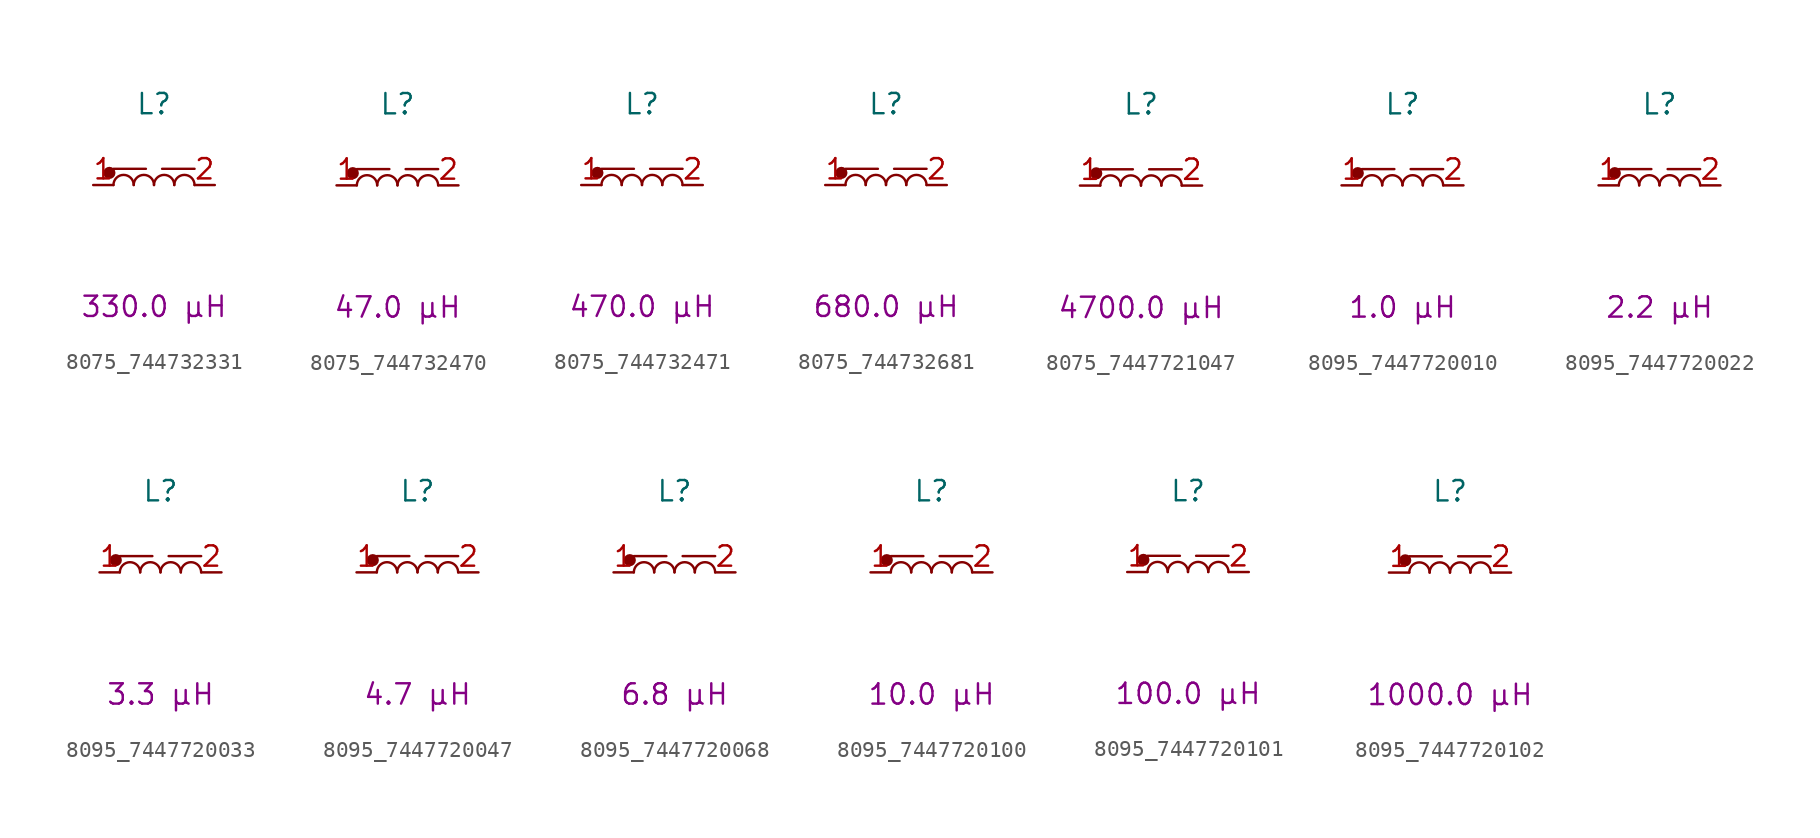
<source format=kicad_sym>
(kicad_symbol_lib
  (version 20220914)
  (generator kicad_symbol_editor)
  (symbol "8075_744732331"
    (pin_names hide)
    (property "Reference" "L"
      (at 0 5.08 0)
      (effects (font (size 1.27 1.27))))
    (property "Critical Parameter" "330.0 µH"
      (at 0 -7.62 0)
      (effects (font (size 1.27 1.27))))
    (symbol "8075_744732331_0_1"
      (arc (start -1.27 0) (mid -1.905 0.6323) (end -2.54 0) (stroke (width 0) (type default)) (fill (type none)))
      (arc (start 0 0) (mid -0.635 0.6323) (end -1.27 0) (stroke (width 0) (type default)) (fill (type none)))
      (polyline (pts (xy -2.54 1.016) (xy -0.508 1.016)) (stroke (width 0) (type default)) (fill (type none)))
      (arc (start 1.27 0) (mid 0.635 0.6323) (end 0 0) (stroke (width 0) (type default)) (fill (type none)))
      (arc (start 2.54 0) (mid 1.905 0.6323) (end 1.27 0) (stroke (width 0) (type default)) (fill (type none))))
    (symbol "8075_744732331_1_1"
      (circle (center -2.794 0.762) (radius 0.0001) (stroke (width 0.381) (type default)) (fill (type none)))
      (polyline (pts (xy 2.54 1.016) (xy 0.508 1.016)) (stroke (width 0) (type default)) (fill (type none)))
      (pin passive line (at -3.81 0 0) (length 1.27) (name "1" (effects (font (size 1.27 1.27)))) (number "1" (effects (font (size 1.27 1.27)))))
      (pin passive line (at 3.81 0 180) (length 1.27) (name "2" (effects (font (size 1.27 1.27)))) (number "2" (effects (font (size 1.27 1.27)))))))
  (symbol "8075_744732470"
    (pin_names hide)
    (property "Reference" "L"
      (at 0 5.08 0)
      (effects (font (size 1.27 1.27))))
    (property "Critical Parameter" "47.0 µH"
      (at 0 -7.62 0)
      (effects (font (size 1.27 1.27))))
    (symbol "8075_744732470_0_1"
      (arc (start -1.27 0) (mid -1.905 0.6323) (end -2.54 0) (stroke (width 0) (type default)) (fill (type none)))
      (arc (start 0 0) (mid -0.635 0.6323) (end -1.27 0) (stroke (width 0) (type default)) (fill (type none)))
      (polyline (pts (xy -2.54 1.016) (xy -0.508 1.016)) (stroke (width 0) (type default)) (fill (type none)))
      (arc (start 1.27 0) (mid 0.635 0.6323) (end 0 0) (stroke (width 0) (type default)) (fill (type none)))
      (arc (start 2.54 0) (mid 1.905 0.6323) (end 1.27 0) (stroke (width 0) (type default)) (fill (type none))))
    (symbol "8075_744732470_1_1"
      (circle (center -2.794 0.762) (radius 0.0001) (stroke (width 0.381) (type default)) (fill (type none)))
      (polyline (pts (xy 2.54 1.016) (xy 0.508 1.016)) (stroke (width 0) (type default)) (fill (type none)))
      (pin passive line (at -3.81 0 0) (length 1.27) (name "1" (effects (font (size 1.27 1.27)))) (number "1" (effects (font (size 1.27 1.27)))))
      (pin passive line (at 3.81 0 180) (length 1.27) (name "2" (effects (font (size 1.27 1.27)))) (number "2" (effects (font (size 1.27 1.27)))))))
  (symbol "8075_744732471"
    (pin_names hide)
    (property "Reference" "L"
      (at 0 5.08 0)
      (effects (font (size 1.27 1.27))))
    (property "Critical Parameter" "470.0 µH"
      (at 0 -7.62 0)
      (effects (font (size 1.27 1.27))))
    (symbol "8075_744732471_0_1"
      (arc (start -1.27 0) (mid -1.905 0.6323) (end -2.54 0) (stroke (width 0) (type default)) (fill (type none)))
      (arc (start 0 0) (mid -0.635 0.6323) (end -1.27 0) (stroke (width 0) (type default)) (fill (type none)))
      (polyline (pts (xy -2.54 1.016) (xy -0.508 1.016)) (stroke (width 0) (type default)) (fill (type none)))
      (arc (start 1.27 0) (mid 0.635 0.6323) (end 0 0) (stroke (width 0) (type default)) (fill (type none)))
      (arc (start 2.54 0) (mid 1.905 0.6323) (end 1.27 0) (stroke (width 0) (type default)) (fill (type none))))
    (symbol "8075_744732471_1_1"
      (circle (center -2.794 0.762) (radius 0.0001) (stroke (width 0.381) (type default)) (fill (type none)))
      (polyline (pts (xy 2.54 1.016) (xy 0.508 1.016)) (stroke (width 0) (type default)) (fill (type none)))
      (pin passive line (at -3.81 0 0) (length 1.27) (name "1" (effects (font (size 1.27 1.27)))) (number "1" (effects (font (size 1.27 1.27)))))
      (pin passive line (at 3.81 0 180) (length 1.27) (name "2" (effects (font (size 1.27 1.27)))) (number "2" (effects (font (size 1.27 1.27)))))))
  (symbol "8075_744732681"
    (pin_names hide)
    (property "Reference" "L"
      (at 0 5.08 0)
      (effects (font (size 1.27 1.27))))
    (property "Critical Parameter" "680.0 µH"
      (at 0 -7.62 0)
      (effects (font (size 1.27 1.27))))
    (symbol "8075_744732681_0_1"
      (arc (start -1.27 0) (mid -1.905 0.6323) (end -2.54 0) (stroke (width 0) (type default)) (fill (type none)))
      (arc (start 0 0) (mid -0.635 0.6323) (end -1.27 0) (stroke (width 0) (type default)) (fill (type none)))
      (polyline (pts (xy -2.54 1.016) (xy -0.508 1.016)) (stroke (width 0) (type default)) (fill (type none)))
      (arc (start 1.27 0) (mid 0.635 0.6323) (end 0 0) (stroke (width 0) (type default)) (fill (type none)))
      (arc (start 2.54 0) (mid 1.905 0.6323) (end 1.27 0) (stroke (width 0) (type default)) (fill (type none))))
    (symbol "8075_744732681_1_1"
      (circle (center -2.794 0.762) (radius 0.0001) (stroke (width 0.381) (type default)) (fill (type none)))
      (polyline (pts (xy 2.54 1.016) (xy 0.508 1.016)) (stroke (width 0) (type default)) (fill (type none)))
      (pin passive line (at -3.81 0 0) (length 1.27) (name "1" (effects (font (size 1.27 1.27)))) (number "1" (effects (font (size 1.27 1.27)))))
      (pin passive line (at 3.81 0 180) (length 1.27) (name "2" (effects (font (size 1.27 1.27)))) (number "2" (effects (font (size 1.27 1.27)))))))
  (symbol "8075_7447721047"
    (pin_names hide)
    (property "Reference" "L"
      (at 0 5.08 0)
      (effects (font (size 1.27 1.27))))
    (property "Critical Parameter" "4700.0 µH"
      (at 0 -7.62 0)
      (effects (font (size 1.27 1.27))))
    (symbol "8075_7447721047_0_1"
      (arc (start -1.27 0) (mid -1.905 0.6323) (end -2.54 0) (stroke (width 0) (type default)) (fill (type none)))
      (arc (start 0 0) (mid -0.635 0.6323) (end -1.27 0) (stroke (width 0) (type default)) (fill (type none)))
      (polyline (pts (xy -2.54 1.016) (xy -0.508 1.016)) (stroke (width 0) (type default)) (fill (type none)))
      (arc (start 1.27 0) (mid 0.635 0.6323) (end 0 0) (stroke (width 0) (type default)) (fill (type none)))
      (arc (start 2.54 0) (mid 1.905 0.6323) (end 1.27 0) (stroke (width 0) (type default)) (fill (type none))))
    (symbol "8075_7447721047_1_1"
      (circle (center -2.794 0.762) (radius 0.0001) (stroke (width 0.381) (type default)) (fill (type none)))
      (polyline (pts (xy 2.54 1.016) (xy 0.508 1.016)) (stroke (width 0) (type default)) (fill (type none)))
      (pin passive line (at -3.81 0 0) (length 1.27) (name "1" (effects (font (size 1.27 1.27)))) (number "1" (effects (font (size 1.27 1.27)))))
      (pin passive line (at 3.81 0 180) (length 1.27) (name "2" (effects (font (size 1.27 1.27)))) (number "2" (effects (font (size 1.27 1.27)))))))
  (symbol "8095_7447720010"
    (pin_names hide)
    (property "Reference" "L"
      (at 0 5.08 0)
      (effects (font (size 1.27 1.27))))
    (property "Critical Parameter" "1.0 µH"
      (at 0 -7.62 0)
      (effects (font (size 1.27 1.27))))
    (symbol "8095_7447720010_0_1"
      (arc (start -1.27 0) (mid -1.905 0.6323) (end -2.54 0) (stroke (width 0) (type default)) (fill (type none)))
      (arc (start 0 0) (mid -0.635 0.6323) (end -1.27 0) (stroke (width 0) (type default)) (fill (type none)))
      (polyline (pts (xy -2.54 1.016) (xy -0.508 1.016)) (stroke (width 0) (type default)) (fill (type none)))
      (arc (start 1.27 0) (mid 0.635 0.6323) (end 0 0) (stroke (width 0) (type default)) (fill (type none)))
      (arc (start 2.54 0) (mid 1.905 0.6323) (end 1.27 0) (stroke (width 0) (type default)) (fill (type none))))
    (symbol "8095_7447720010_1_1"
      (circle (center -2.794 0.762) (radius 0.0001) (stroke (width 0.381) (type default)) (fill (type none)))
      (polyline (pts (xy 2.54 1.016) (xy 0.508 1.016)) (stroke (width 0) (type default)) (fill (type none)))
      (pin passive line (at -3.81 0 0) (length 1.27) (name "1" (effects (font (size 1.27 1.27)))) (number "1" (effects (font (size 1.27 1.27)))))
      (pin passive line (at 3.81 0 180) (length 1.27) (name "2" (effects (font (size 1.27 1.27)))) (number "2" (effects (font (size 1.27 1.27)))))))
  (symbol "8095_7447720022"
    (pin_names hide)
    (property "Reference" "L"
      (at 0 5.08 0)
      (effects (font (size 1.27 1.27))))
    (property "Critical Parameter" "2.2 µH"
      (at 0 -7.62 0)
      (effects (font (size 1.27 1.27))))
    (symbol "8095_7447720022_0_1"
      (arc (start -1.27 0) (mid -1.905 0.6323) (end -2.54 0) (stroke (width 0) (type default)) (fill (type none)))
      (arc (start 0 0) (mid -0.635 0.6323) (end -1.27 0) (stroke (width 0) (type default)) (fill (type none)))
      (polyline (pts (xy -2.54 1.016) (xy -0.508 1.016)) (stroke (width 0) (type default)) (fill (type none)))
      (arc (start 1.27 0) (mid 0.635 0.6323) (end 0 0) (stroke (width 0) (type default)) (fill (type none)))
      (arc (start 2.54 0) (mid 1.905 0.6323) (end 1.27 0) (stroke (width 0) (type default)) (fill (type none))))
    (symbol "8095_7447720022_1_1"
      (circle (center -2.794 0.762) (radius 0.0001) (stroke (width 0.381) (type default)) (fill (type none)))
      (polyline (pts (xy 2.54 1.016) (xy 0.508 1.016)) (stroke (width 0) (type default)) (fill (type none)))
      (pin passive line (at -3.81 0 0) (length 1.27) (name "1" (effects (font (size 1.27 1.27)))) (number "1" (effects (font (size 1.27 1.27)))))
      (pin passive line (at 3.81 0 180) (length 1.27) (name "2" (effects (font (size 1.27 1.27)))) (number "2" (effects (font (size 1.27 1.27)))))))
  (symbol "8095_7447720033"
    (pin_names hide)
    (property "Reference" "L"
      (at 0 5.08 0)
      (effects (font (size 1.27 1.27))))
    (property "Critical Parameter" "3.3 µH"
      (at 0 -7.62 0)
      (effects (font (size 1.27 1.27))))
    (symbol "8095_7447720033_0_1"
      (arc (start -1.27 0) (mid -1.905 0.6323) (end -2.54 0) (stroke (width 0) (type default)) (fill (type none)))
      (arc (start 0 0) (mid -0.635 0.6323) (end -1.27 0) (stroke (width 0) (type default)) (fill (type none)))
      (polyline (pts (xy -2.54 1.016) (xy -0.508 1.016)) (stroke (width 0) (type default)) (fill (type none)))
      (arc (start 1.27 0) (mid 0.635 0.6323) (end 0 0) (stroke (width 0) (type default)) (fill (type none)))
      (arc (start 2.54 0) (mid 1.905 0.6323) (end 1.27 0) (stroke (width 0) (type default)) (fill (type none))))
    (symbol "8095_7447720033_1_1"
      (circle (center -2.794 0.762) (radius 0.0001) (stroke (width 0.381) (type default)) (fill (type none)))
      (polyline (pts (xy 2.54 1.016) (xy 0.508 1.016)) (stroke (width 0) (type default)) (fill (type none)))
      (pin passive line (at -3.81 0 0) (length 1.27) (name "1" (effects (font (size 1.27 1.27)))) (number "1" (effects (font (size 1.27 1.27)))))
      (pin passive line (at 3.81 0 180) (length 1.27) (name "2" (effects (font (size 1.27 1.27)))) (number "2" (effects (font (size 1.27 1.27)))))))
  (symbol "8095_7447720047"
    (pin_names hide)
    (property "Reference" "L"
      (at 0 5.08 0)
      (effects (font (size 1.27 1.27))))
    (property "Critical Parameter" "4.7 µH"
      (at 0 -7.62 0)
      (effects (font (size 1.27 1.27))))
    (symbol "8095_7447720047_0_1"
      (arc (start -1.27 0) (mid -1.905 0.6323) (end -2.54 0) (stroke (width 0) (type default)) (fill (type none)))
      (arc (start 0 0) (mid -0.635 0.6323) (end -1.27 0) (stroke (width 0) (type default)) (fill (type none)))
      (polyline (pts (xy -2.54 1.016) (xy -0.508 1.016)) (stroke (width 0) (type default)) (fill (type none)))
      (arc (start 1.27 0) (mid 0.635 0.6323) (end 0 0) (stroke (width 0) (type default)) (fill (type none)))
      (arc (start 2.54 0) (mid 1.905 0.6323) (end 1.27 0) (stroke (width 0) (type default)) (fill (type none))))
    (symbol "8095_7447720047_1_1"
      (circle (center -2.794 0.762) (radius 0.0001) (stroke (width 0.381) (type default)) (fill (type none)))
      (polyline (pts (xy 2.54 1.016) (xy 0.508 1.016)) (stroke (width 0) (type default)) (fill (type none)))
      (pin passive line (at -3.81 0 0) (length 1.27) (name "1" (effects (font (size 1.27 1.27)))) (number "1" (effects (font (size 1.27 1.27)))))
      (pin passive line (at 3.81 0 180) (length 1.27) (name "2" (effects (font (size 1.27 1.27)))) (number "2" (effects (font (size 1.27 1.27)))))))
  (symbol "8095_7447720068"
    (pin_names hide)
    (property "Reference" "L"
      (at 0 5.08 0)
      (effects (font (size 1.27 1.27))))
    (property "Critical Parameter" "6.8 µH"
      (at 0 -7.62 0)
      (effects (font (size 1.27 1.27))))
    (symbol "8095_7447720068_0_1"
      (arc (start -1.27 0) (mid -1.905 0.6323) (end -2.54 0) (stroke (width 0) (type default)) (fill (type none)))
      (arc (start 0 0) (mid -0.635 0.6323) (end -1.27 0) (stroke (width 0) (type default)) (fill (type none)))
      (polyline (pts (xy -2.54 1.016) (xy -0.508 1.016)) (stroke (width 0) (type default)) (fill (type none)))
      (arc (start 1.27 0) (mid 0.635 0.6323) (end 0 0) (stroke (width 0) (type default)) (fill (type none)))
      (arc (start 2.54 0) (mid 1.905 0.6323) (end 1.27 0) (stroke (width 0) (type default)) (fill (type none))))
    (symbol "8095_7447720068_1_1"
      (circle (center -2.794 0.762) (radius 0.0001) (stroke (width 0.381) (type default)) (fill (type none)))
      (polyline (pts (xy 2.54 1.016) (xy 0.508 1.016)) (stroke (width 0) (type default)) (fill (type none)))
      (pin passive line (at -3.81 0 0) (length 1.27) (name "1" (effects (font (size 1.27 1.27)))) (number "1" (effects (font (size 1.27 1.27)))))
      (pin passive line (at 3.81 0 180) (length 1.27) (name "2" (effects (font (size 1.27 1.27)))) (number "2" (effects (font (size 1.27 1.27)))))))
  (symbol "8095_7447720100"
    (pin_names hide)
    (property "Reference" "L"
      (at 0 5.08 0)
      (effects (font (size 1.27 1.27))))
    (property "Critical Parameter" "10.0 µH"
      (at 0 -7.62 0)
      (effects (font (size 1.27 1.27))))
    (symbol "8095_7447720100_0_1"
      (arc (start -1.27 0) (mid -1.905 0.6323) (end -2.54 0) (stroke (width 0) (type default)) (fill (type none)))
      (arc (start 0 0) (mid -0.635 0.6323) (end -1.27 0) (stroke (width 0) (type default)) (fill (type none)))
      (polyline (pts (xy -2.54 1.016) (xy -0.508 1.016)) (stroke (width 0) (type default)) (fill (type none)))
      (arc (start 1.27 0) (mid 0.635 0.6323) (end 0 0) (stroke (width 0) (type default)) (fill (type none)))
      (arc (start 2.54 0) (mid 1.905 0.6323) (end 1.27 0) (stroke (width 0) (type default)) (fill (type none))))
    (symbol "8095_7447720100_1_1"
      (circle (center -2.794 0.762) (radius 0.0001) (stroke (width 0.381) (type default)) (fill (type none)))
      (polyline (pts (xy 2.54 1.016) (xy 0.508 1.016)) (stroke (width 0) (type default)) (fill (type none)))
      (pin passive line (at -3.81 0 0) (length 1.27) (name "1" (effects (font (size 1.27 1.27)))) (number "1" (effects (font (size 1.27 1.27)))))
      (pin passive line (at 3.81 0 180) (length 1.27) (name "2" (effects (font (size 1.27 1.27)))) (number "2" (effects (font (size 1.27 1.27)))))))
  (symbol "8095_7447720101"
    (pin_names hide)
    (property "Reference" "L"
      (at 0 5.08 0)
      (effects (font (size 1.27 1.27))))
    (property "Critical Parameter" "100.0 µH"
      (at 0 -7.62 0)
      (effects (font (size 1.27 1.27))))
    (symbol "8095_7447720101_0_1"
      (arc (start -1.27 0) (mid -1.905 0.6323) (end -2.54 0) (stroke (width 0) (type default)) (fill (type none)))
      (arc (start 0 0) (mid -0.635 0.6323) (end -1.27 0) (stroke (width 0) (type default)) (fill (type none)))
      (polyline (pts (xy -2.54 1.016) (xy -0.508 1.016)) (stroke (width 0) (type default)) (fill (type none)))
      (arc (start 1.27 0) (mid 0.635 0.6323) (end 0 0) (stroke (width 0) (type default)) (fill (type none)))
      (arc (start 2.54 0) (mid 1.905 0.6323) (end 1.27 0) (stroke (width 0) (type default)) (fill (type none))))
    (symbol "8095_7447720101_1_1"
      (circle (center -2.794 0.762) (radius 0.0001) (stroke (width 0.381) (type default)) (fill (type none)))
      (polyline (pts (xy 2.54 1.016) (xy 0.508 1.016)) (stroke (width 0) (type default)) (fill (type none)))
      (pin passive line (at -3.81 0 0) (length 1.27) (name "1" (effects (font (size 1.27 1.27)))) (number "1" (effects (font (size 1.27 1.27)))))
      (pin passive line (at 3.81 0 180) (length 1.27) (name "2" (effects (font (size 1.27 1.27)))) (number "2" (effects (font (size 1.27 1.27)))))))
  (symbol "8095_7447720102"
    (pin_names hide)
    (property "Reference" "L"
      (at 0 5.08 0)
      (effects (font (size 1.27 1.27))))
    (property "Critical Parameter" "1000.0 µH"
      (at 0 -7.62 0)
      (effects (font (size 1.27 1.27))))
    (symbol "8095_7447720102_0_1"
      (arc (start -1.27 0) (mid -1.905 0.6323) (end -2.54 0) (stroke (width 0) (type default)) (fill (type none)))
      (arc (start 0 0) (mid -0.635 0.6323) (end -1.27 0) (stroke (width 0) (type default)) (fill (type none)))
      (polyline (pts (xy -2.54 1.016) (xy -0.508 1.016)) (stroke (width 0) (type default)) (fill (type none)))
      (arc (start 1.27 0) (mid 0.635 0.6323) (end 0 0) (stroke (width 0) (type default)) (fill (type none)))
      (arc (start 2.54 0) (mid 1.905 0.6323) (end 1.27 0) (stroke (width 0) (type default)) (fill (type none))))
    (symbol "8095_7447720102_1_1"
      (circle (center -2.794 0.762) (radius 0.0001) (stroke (width 0.381) (type default)) (fill (type none)))
      (polyline (pts (xy 2.54 1.016) (xy 0.508 1.016)) (stroke (width 0) (type default)) (fill (type none)))
      (pin passive line (at -3.81 0 0) (length 1.27) (name "1" (effects (font (size 1.27 1.27)))) (number "1" (effects (font (size 1.27 1.27)))))
      (pin passive line (at 3.81 0 180) (length 1.27) (name "2" (effects (font (size 1.27 1.27)))) (number "2" (effects (font (size 1.27 1.27))))))))
</source>
